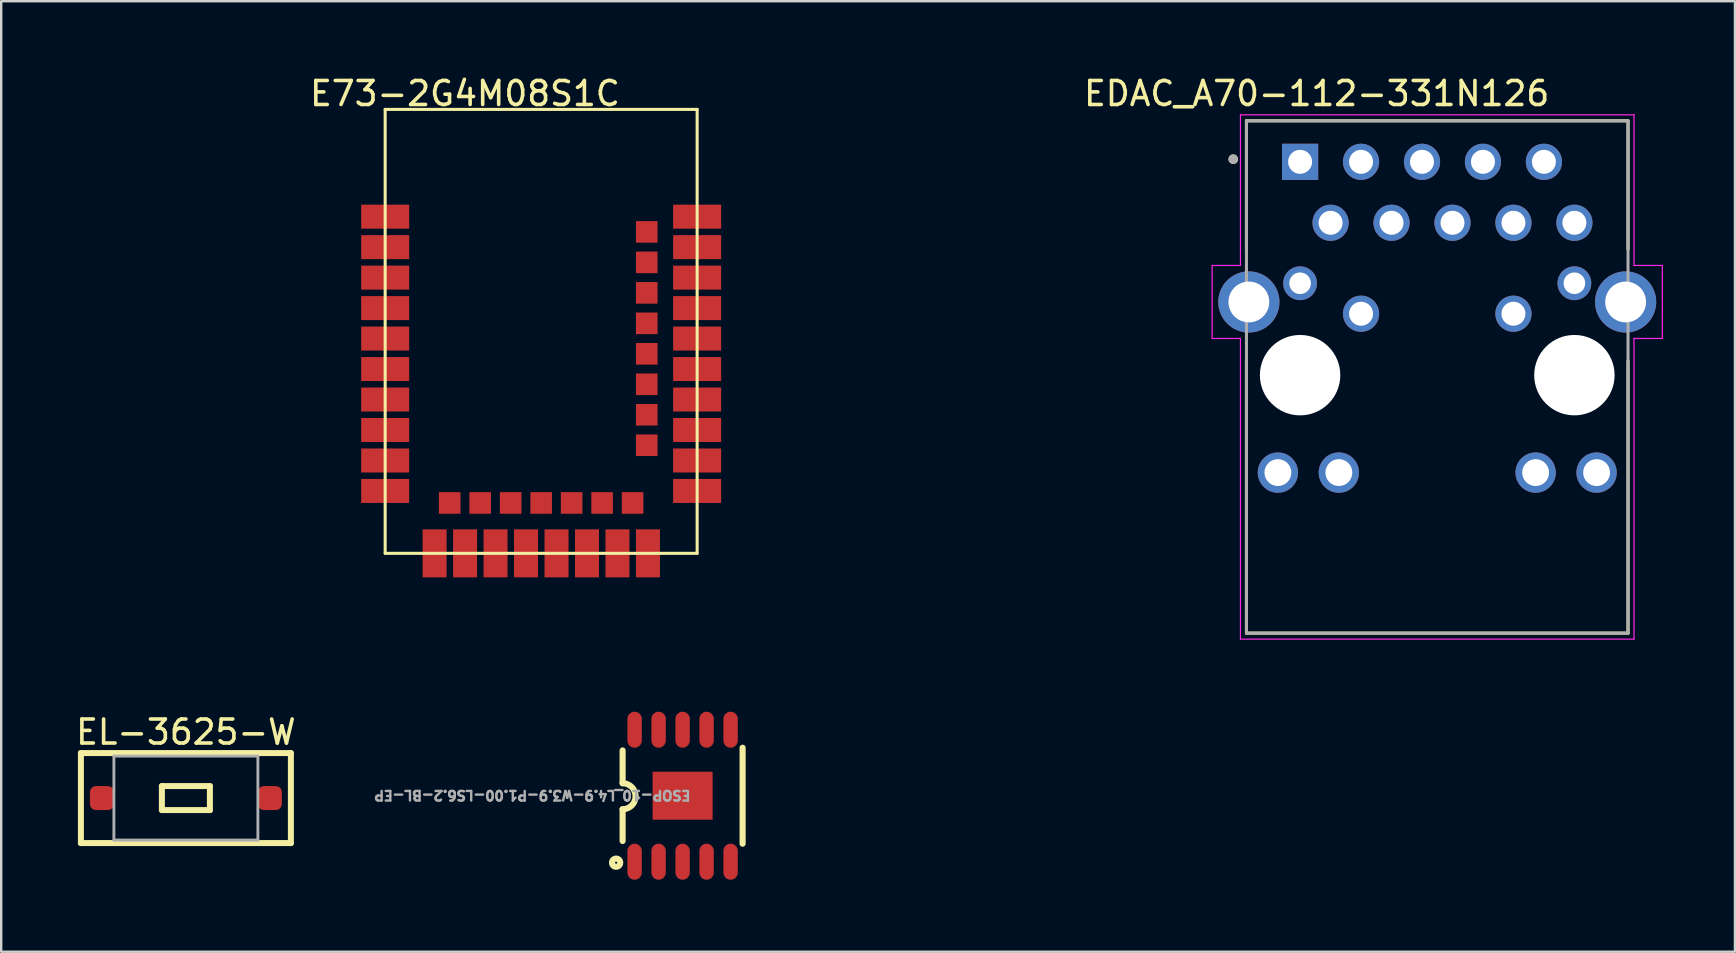
<source format=kicad_pcb>
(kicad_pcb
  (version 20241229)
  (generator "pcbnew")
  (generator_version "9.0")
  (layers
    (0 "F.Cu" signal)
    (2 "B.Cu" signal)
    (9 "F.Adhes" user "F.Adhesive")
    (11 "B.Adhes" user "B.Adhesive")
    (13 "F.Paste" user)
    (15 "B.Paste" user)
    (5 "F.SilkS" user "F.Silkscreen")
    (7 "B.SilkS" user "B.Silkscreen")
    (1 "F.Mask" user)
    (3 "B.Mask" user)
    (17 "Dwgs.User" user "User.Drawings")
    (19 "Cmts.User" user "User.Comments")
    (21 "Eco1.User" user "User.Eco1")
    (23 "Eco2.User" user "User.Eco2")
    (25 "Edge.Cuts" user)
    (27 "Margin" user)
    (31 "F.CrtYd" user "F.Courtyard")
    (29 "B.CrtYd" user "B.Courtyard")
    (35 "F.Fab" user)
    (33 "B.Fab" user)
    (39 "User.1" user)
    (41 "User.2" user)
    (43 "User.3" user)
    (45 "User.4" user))
  (footprint "E73-2G4M08S1C"
    (layer "F.Cu")
    (at 19.5 11.008)
    (property "Reference" "E73-2G4M08S1C" (at -3.175 -10.16 0) (layer "F.SilkS") (effects (font (size 1 1) (thickness 0.15))))
    (attr smd)
    (fp_line (start -6.5 -9.5) (end -6.5 9) (stroke (width 0.127) (type solid)) (layer "F.SilkS"))
    (fp_line (start -6.5 9) (end 6.5 9) (stroke (width 0.127) (type solid)) (layer "F.SilkS"))
    (fp_line (start 6.5 -9.5) (end -6.5 -9.5) (stroke (width 0.127) (type solid)) (layer "F.SilkS"))
    (fp_line (start 6.5 9) (end 6.5 -9.5) (stroke (width 0.127) (type solid)) (layer "F.SilkS"))
    (pad "1" smd rect (at -6.5 -5.03) (size 2 1) (layers "F.Cu" "F.Mask" "F.Paste"))
    (pad "2" smd rect (at -6.5 -3.76) (size 2 1) (layers "F.Cu" "F.Mask" "F.Paste"))
    (pad "3" smd rect (at -6.5 -2.49) (size 2 1) (layers "F.Cu" "F.Mask" "F.Paste"))
    (pad "4" smd rect (at -6.5 -1.22) (size 2 1) (layers "F.Cu" "F.Mask" "F.Paste"))
    (pad "5" smd rect (at -6.5 0.05) (size 2 1) (layers "F.Cu" "F.Mask" "F.Paste"))
    (pad "6" smd rect (at -6.5 1.32) (size 2 1) (layers "F.Cu" "F.Mask" "F.Paste"))
    (pad "7" smd rect (at -6.5 2.59) (size 2 1) (layers "F.Cu" "F.Mask" "F.Paste"))
    (pad "8" smd rect (at -6.5 3.86) (size 2 1) (layers "F.Cu" "F.Mask" "F.Paste"))
    (pad "9" smd rect (at -6.5 5.13) (size 2 1) (layers "F.Cu" "F.Mask" "F.Paste"))
    (pad "10" smd rect (at -6.5 6.4) (size 2 1) (layers "F.Cu" "F.Mask" "F.Paste"))
    (pad "11" smd rect (at -4.44 9) (size 1 2) (layers "F.Cu" "F.Mask" "F.Paste"))
    (pad "12" smd rect (at -3.81 6.9) (size 0.9 0.9) (layers "F.Cu" "F.Mask" "F.Paste"))
    (pad "13" smd rect (at -3.17 9) (size 1 2) (layers "F.Cu" "F.Mask" "F.Paste"))
    (pad "14" smd rect (at -2.54 6.9) (size 0.9 0.9) (layers "F.Cu" "F.Mask" "F.Paste"))
    (pad "15" smd rect (at -1.9 9) (size 1 2) (layers "F.Cu" "F.Mask" "F.Paste"))
    (pad "16" smd rect (at -1.27 6.9) (size 0.9 0.9) (layers "F.Cu" "F.Mask" "F.Paste"))
    (pad "17" smd rect (at -0.63 9) (size 1 2) (layers "F.Cu" "F.Mask" "F.Paste"))
    (pad "18" smd rect (at 0 6.9) (size 0.9 0.9) (layers "F.Cu" "F.Mask" "F.Paste"))
    (pad "19" smd rect (at 0.64 9) (size 1 2) (layers "F.Cu" "F.Mask" "F.Paste"))
    (pad "20" smd rect (at 1.27 6.9) (size 0.9 0.9) (layers "F.Cu" "F.Mask" "F.Paste"))
    (pad "21" smd rect (at 1.91 9) (size 1 2) (layers "F.Cu" "F.Mask" "F.Paste"))
    (pad "22" smd rect (at 2.54 6.9) (size 0.9 0.9) (layers "F.Cu" "F.Mask" "F.Paste"))
    (pad "23" smd rect (at 3.18 9) (size 1 2) (layers "F.Cu" "F.Mask" "F.Paste"))
    (pad "24" smd rect (at 3.81 6.9) (size 0.9 0.9) (layers "F.Cu" "F.Mask" "F.Paste"))
    (pad "25" smd rect (at 4.45 9) (size 1 2) (layers "F.Cu" "F.Mask" "F.Paste"))
    (pad "26" smd rect (at 6.5 6.4) (size 2 1) (layers "F.Cu" "F.Mask" "F.Paste"))
    (pad "27" smd rect (at 6.5 5.13) (size 2 1) (layers "F.Cu" "F.Mask" "F.Paste"))
    (pad "28" smd rect (at 4.4 4.495) (size 0.9 0.9) (layers "F.Cu" "F.Mask" "F.Paste"))
    (pad "29" smd rect (at 6.5 3.86) (size 2 1) (layers "F.Cu" "F.Mask" "F.Paste"))
    (pad "30" smd rect (at 4.4 3.225) (size 0.9 0.9) (layers "F.Cu" "F.Mask" "F.Paste"))
    (pad "31" smd rect (at 6.5 2.59) (size 2 1) (layers "F.Cu" "F.Mask" "F.Paste"))
    (pad "32" smd rect (at 4.4 1.955) (size 0.9 0.9) (layers "F.Cu" "F.Mask" "F.Paste"))
    (pad "33" smd rect (at 6.5 1.32) (size 2 1) (layers "F.Cu" "F.Mask" "F.Paste"))
    (pad "34" smd rect (at 4.4 0.685) (size 0.9 0.9) (layers "F.Cu" "F.Mask" "F.Paste"))
    (pad "35" smd rect (at 6.5 0.05) (size 2 1) (layers "F.Cu" "F.Mask" "F.Paste"))
    (pad "36" smd rect (at 4.4 -0.585) (size 0.9 0.9) (layers "F.Cu" "F.Mask" "F.Paste"))
    (pad "37" smd rect (at 6.5 -1.22) (size 2 1) (layers "F.Cu" "F.Mask" "F.Paste"))
    (pad "38" smd rect (at 4.4 -1.855) (size 0.9 0.9) (layers "F.Cu" "F.Mask" "F.Paste"))
    (pad "39" smd rect (at 6.5 -2.49) (size 2 1) (layers "F.Cu" "F.Mask" "F.Paste"))
    (pad "40" smd rect (at 4.4 -3.125) (size 0.9 0.9) (layers "F.Cu" "F.Mask" "F.Paste"))
    (pad "41" smd rect (at 6.5 -3.76) (size 2 1) (layers "F.Cu" "F.Mask" "F.Paste"))
    (pad "42" smd rect (at 4.4 -4.395) (size 0.9 0.9) (layers "F.Cu" "F.Mask" "F.Paste"))
    (pad "43" smd rect (at 6.5 -5.03) (size 2 1) (layers "F.Cu" "F.Mask" "F.Paste"))
    (zone (net_name "") (layers "F.Cu" "B.Cu") (hatch full 0.508) (connect_pads) (min_thickness 0.01) (filled_areas_thickness no) (keepout (tracks allowed) (vias not_allowed) (pads allowed) (copperpour allowed) (footprints allowed)) (placement (enabled no)) (fill) (polygon (pts (xy 0 1.508) (xy 39 1.508) (xy 39 5.008) (xy 0 5.008)))))
  (footprint "EL-3625-W"
    (layer "F.Cu")
    (at 4.696 30.206)
    (property "Reference" "EL-3625-W" (at 0 -2.75 0) (layer "F.SilkS") (effects (font (size 1 1) (thickness 0.15))))
    (attr through_hole)
    (fp_line (start -4.375 -1.875) (end 4.375 -1.875) (stroke (width 0.25) (type solid)) (layer "F.SilkS"))
    (fp_line (start -4.375 1.875) (end -4.375 -1.875) (stroke (width 0.25) (type solid)) (layer "F.SilkS"))
    (fp_line (start -1 -0.5) (end 1 -0.5) (stroke (width 0.25) (type solid)) (layer "F.SilkS"))
    (fp_line (start -1 0.5) (end -1 -0.5) (stroke (width 0.25) (type solid)) (layer "F.SilkS"))
    (fp_line (start 1 -0.5) (end 1 0.5) (stroke (width 0.25) (type solid)) (layer "F.SilkS"))
    (fp_line (start 1 0.5) (end -1 0.5) (stroke (width 0.25) (type solid)) (layer "F.SilkS"))
    (fp_line (start 4.375 -1.875) (end 4.375 1.875) (stroke (width 0.25) (type solid)) (layer "F.SilkS"))
    (fp_line (start 4.375 1.875) (end -4.375 1.875) (stroke (width 0.25) (type solid)) (layer "F.SilkS"))
    (fp_line (start -3 -1.75) (end 3 -1.75) (stroke (width 0.12) (type solid)) (layer "F.Fab"))
    (fp_line (start -3 1.75) (end -3 -1.75) (stroke (width 0.12) (type solid)) (layer "F.Fab"))
    (fp_line (start 3 -1.75) (end 3 1.75) (stroke (width 0.12) (type solid)) (layer "F.Fab"))
    (fp_line (start 3 1.75) (end -3 1.75) (stroke (width 0.12) (type solid)) (layer "F.Fab"))
    (pad "1" smd roundrect (at -3.5 0) (size 1 1) (layers "F.Cu" "F.Mask" "F.Paste") (roundrect_rratio 0.25))
    (pad "2" smd roundrect (at 3.5 0) (size 1 1) (layers "F.Cu" "F.Mask" "F.Paste") (roundrect_rratio 0.25)))
  (footprint "EDAC_A70-112-331N126"
    (layer "F.Cu")
    (at 56.84 12.583)
    (property "Reference" "EDAC_A70-112-331N126" (at -5.025 -11.735 0) (layer "F.SilkS") (effects (font (size 1 1) (thickness 0.15))))
    (attr through_hole)
    (fp_line (start -7.95 -5.25) (end -7.95 -10.6) (stroke (width 0.127) (type solid)) (layer "F.SilkS"))
    (fp_line (start -7.95 10.75) (end -7.95 -0.6) (stroke (width 0.127) (type solid)) (layer "F.SilkS"))
    (fp_line (start -7.95 10.75) (end 7.95 10.75) (stroke (width 0.127) (type solid)) (layer "F.SilkS"))
    (fp_line (start 7.95 -10.6) (end -7.95 -10.6) (stroke (width 0.127) (type solid)) (layer "F.SilkS"))
    (fp_line (start 7.95 -5.25) (end 7.95 -10.6) (stroke (width 0.127) (type solid)) (layer "F.SilkS"))
    (fp_line (start 7.95 10.75) (end 7.95 -0.6) (stroke (width 0.127) (type solid)) (layer "F.SilkS"))
    (fp_circle (center -8.5 -9) (end -8.4 -9) (stroke (width 0.2) (type solid)) (fill no) (layer "F.SilkS"))
    (fp_line (start -9.38 -4.57) (end -9.38 -1.53) (stroke (width 0.05) (type solid)) (layer "F.CrtYd"))
    (fp_line (start -9.38 -1.53) (end -8.2 -1.53) (stroke (width 0.05) (type solid)) (layer "F.CrtYd"))
    (fp_line (start -8.2 -10.85) (end -8.2 -4.57) (stroke (width 0.05) (type solid)) (layer "F.CrtYd"))
    (fp_line (start -8.2 -10.85) (end 8.2 -10.85) (stroke (width 0.05) (type solid)) (layer "F.CrtYd"))
    (fp_line (start -8.2 -4.57) (end -9.38 -4.57) (stroke (width 0.05) (type solid)) (layer "F.CrtYd"))
    (fp_line (start -8.2 -1.53) (end -8.2 11) (stroke (width 0.05) (type solid)) (layer "F.CrtYd"))
    (fp_line (start 8.2 -4.57) (end 8.2 -10.85) (stroke (width 0.05) (type solid)) (layer "F.CrtYd"))
    (fp_line (start 8.2 -1.53) (end 9.38 -1.53) (stroke (width 0.05) (type solid)) (layer "F.CrtYd"))
    (fp_line (start 8.2 11) (end -8.2 11) (stroke (width 0.05) (type solid)) (layer "F.CrtYd"))
    (fp_line (start 8.2 11) (end 8.2 -1.53) (stroke (width 0.05) (type solid)) (layer "F.CrtYd"))
    (fp_line (start 9.38 -4.57) (end 8.2 -4.57) (stroke (width 0.05) (type solid)) (layer "F.CrtYd"))
    (fp_line (start 9.38 -1.53) (end 9.38 -4.57) (stroke (width 0.05) (type solid)) (layer "F.CrtYd"))
    (fp_line (start -7.95 -10.6) (end 7.95 -10.6) (stroke (width 0.127) (type solid)) (layer "F.Fab"))
    (fp_line (start -7.95 10.75) (end -7.95 -10.6) (stroke (width 0.127) (type solid)) (layer "F.Fab"))
    (fp_line (start 7.95 -10.6) (end 7.95 10.75) (stroke (width 0.127) (type solid)) (layer "F.Fab"))
    (fp_line (start 7.95 10.75) (end -7.95 10.75) (stroke (width 0.127) (type solid)) (layer "F.Fab"))
    (fp_circle (center -8.5 -9) (end -8.4 -9) (stroke (width 0.2) (type solid)) (fill no) (layer "F.Fab"))
    (pad "" np_thru_hole circle (at -5.715 0) (size 3.35 3.35) (drill 3.35) (layers "*.Cu" "*.Mask"))
    (pad "" np_thru_hole circle (at 5.715 0) (size 3.35 3.35) (drill 3.35) (layers "*.Cu" "*.Mask"))
    (pad "1" thru_hole rect (at -5.715 -8.89) (size 1.508 1.508) (drill 1) (layers "*.Cu" "*.Mask"))
    (pad "2" thru_hole circle (at -4.445 -6.35) (size 1.508 1.508) (drill 1) (layers "*.Cu" "*.Mask"))
    (pad "3" thru_hole circle (at -3.175 -8.89) (size 1.508 1.508) (drill 1) (layers "*.Cu" "*.Mask"))
    (pad "4" thru_hole circle (at -1.905 -6.35) (size 1.508 1.508) (drill 1) (layers "*.Cu" "*.Mask"))
    (pad "5" thru_hole circle (at -0.635 -8.89) (size 1.508 1.508) (drill 1) (layers "*.Cu" "*.Mask"))
    (pad "6" thru_hole circle (at 0.635 -6.35) (size 1.508 1.508) (drill 1) (layers "*.Cu" "*.Mask"))
    (pad "7" thru_hole circle (at 1.905 -8.89) (size 1.508 1.508) (drill 1) (layers "*.Cu" "*.Mask"))
    (pad "8" thru_hole circle (at 3.175 -6.35) (size 1.508 1.508) (drill 1) (layers "*.Cu" "*.Mask"))
    (pad "9" thru_hole circle (at 4.445 -8.89) (size 1.508 1.508) (drill 1) (layers "*.Cu" "*.Mask"))
    (pad "10" thru_hole circle (at 5.715 -6.35) (size 1.508 1.508) (drill 1) (layers "*.Cu" "*.Mask"))
    (pad "11" thru_hole circle (at -5.715 -3.83) (size 1.408 1.408) (drill 0.9) (layers "*.Cu" "*.Mask"))
    (pad "12" thru_hole circle (at -3.175 -2.56) (size 1.508 1.508) (drill 1) (layers "*.Cu" "*.Mask"))
    (pad "13" thru_hole circle (at 3.175 -2.56) (size 1.508 1.508) (drill 1) (layers "*.Cu" "*.Mask"))
    (pad "14" thru_hole circle (at 5.715 -3.83) (size 1.408 1.408) (drill 0.9) (layers "*.Cu" "*.Mask"))
    (pad "15" thru_hole circle (at -6.64 4.06) (size 1.68 1.68) (drill 1.12) (layers "*.Cu" "*.Mask"))
    (pad "16" thru_hole circle (at -4.1 4.06) (size 1.68 1.68) (drill 1.12) (layers "*.Cu" "*.Mask"))
    (pad "17" thru_hole circle (at 4.1 4.06) (size 1.68 1.68) (drill 1.12) (layers "*.Cu" "*.Mask"))
    (pad "18" thru_hole circle (at 6.64 4.06) (size 1.68 1.68) (drill 1.12) (layers "*.Cu" "*.Mask"))
    (pad "S1" thru_hole circle (at -7.85 -3.05) (size 2.55 2.55) (drill 1.7) (layers "*.Cu" "*.Mask"))
    (pad "S2" thru_hole circle (at 7.85 -3.05) (size 2.55 2.55) (drill 1.7) (layers "*.Cu" "*.Mask"))
    (zone (net_name "") (layer "F.Cu") (hatch full 0.508) (connect_pads) (min_thickness 0.01) (filled_areas_thickness no) (keepout (tracks not_allowed) (vias not_allowed) (pads not_allowed) (copperpour not_allowed) (footprints allowed)) (placement (enabled no)) (fill) (polygon (pts (xy 48.99 10.583) (xy 49.965 10.583) (xy 49.965 12.583) (xy 48.99 12.583))))
    (zone (net_name "") (layer "F.Cu") (hatch full 0.508) (connect_pads) (min_thickness 0.01) (filled_areas_thickness no) (keepout (tracks not_allowed) (vias not_allowed) (pads not_allowed) (copperpour not_allowed) (footprints allowed)) (placement (enabled no)) (fill) (polygon (pts (xy 49.835 20.633) (xy 63.845 20.633) (xy 63.845 23.333) (xy 49.835 23.333))))
    (zone (net_name "") (layer "F.Cu") (hatch full 0.508) (connect_pads) (min_thickness 0.01) (filled_areas_thickness no) (keepout (tracks not_allowed) (vias not_allowed) (pads not_allowed) (copperpour not_allowed) (footprints allowed)) (placement (enabled no)) (fill) (polygon (pts (xy 63.715 10.583) (xy 64.69 10.583) (xy 64.69 12.583) (xy 63.715 12.583))))
    (zone (net_name "") (layers "F.Cu" "B.Cu") (hatch full 0.508) (connect_pads) (min_thickness 0.01) (filled_areas_thickness no) (keepout (tracks allowed) (vias not_allowed) (pads allowed) (copperpour allowed) (footprints allowed)) (placement (enabled no)) (fill) (polygon (pts (xy 48.99 10.583) (xy 49.965 10.583) (xy 49.965 12.583) (xy 48.99 12.583))))
    (zone (net_name "") (layers "F.Cu" "B.Cu") (hatch full 0.508) (connect_pads) (min_thickness 0.01) (filled_areas_thickness no) (keepout (tracks allowed) (vias not_allowed) (pads allowed) (copperpour allowed) (footprints allowed)) (placement (enabled no)) (fill) (polygon (pts (xy 49.835 20.633) (xy 63.845 20.633) (xy 63.845 23.333) (xy 49.835 23.333))))
    (zone (net_name "") (layers "F.Cu" "B.Cu") (hatch full 0.508) (connect_pads) (min_thickness 0.01) (filled_areas_thickness no) (keepout (tracks allowed) (vias not_allowed) (pads allowed) (copperpour allowed) (footprints allowed)) (placement (enabled no)) (fill) (polygon (pts (xy 63.715 10.583) (xy 64.69 10.583) (xy 64.69 12.583) (xy 63.715 12.583)))))
  (footprint "ESOP-10_L4.9-W3.9-P1.00-LS6.2-BL-EP"
    (layer "F.Cu")
    (at 25.394 30.108)
    (property "Reference" "ESOP-10_L4.9-W3.9-P1.00-LS6.2-BL-EP" (at 0.381 -0.254 180) (unlocked yes) (layer "F.Fab") (effects (font (size 0.4 0.4) (thickness 0.1)) (justify left bottom)))
    (fp_line (start -2.5 -0.52) (end -2.5 -1.887) (stroke (width 0.254) (type default)) (layer "F.SilkS"))
    (fp_line (start -2.5 1.887) (end -2.5 0.564) (stroke (width 0.254) (type default)) (layer "F.SilkS"))
    (fp_line (start 2.5 -2) (end 2.5 2) (stroke (width 0.254) (type default)) (layer "F.SilkS"))
    (fp_arc (start -2.5 -0.52) (mid -1.962386 0.021699) (end -2.5004 0.563) (stroke (width 0.254) (type default)) (layer "F.SilkS"))
    (fp_circle (center -2.77 2.79) (end -2.941 2.79) (stroke (width 0.254) (type default)) (fill no) (layer "F.SilkS"))
    (pad "1" smd oval (at -2 2.75) (size 0.6 1.5) (layers "F.Cu" "F.Mask" "F.Paste"))
    (pad "2" smd oval (at -1 2.75) (size 0.6 1.5) (layers "F.Cu" "F.Mask" "F.Paste"))
    (pad "3" smd oval (at 0 2.75) (size 0.6 1.5) (layers "F.Cu" "F.Mask" "F.Paste"))
    (pad "4" smd oval (at 1 2.75) (size 0.6 1.5) (layers "F.Cu" "F.Mask" "F.Paste"))
    (pad "5" smd oval (at 2 2.75) (size 0.6 1.5) (layers "F.Cu" "F.Mask" "F.Paste"))
    (pad "6" smd oval (at 2 -2.75) (size 0.6 1.5) (layers "F.Cu" "F.Mask" "F.Paste"))
    (pad "7" smd oval (at 1 -2.75) (size 0.6 1.5) (layers "F.Cu" "F.Mask" "F.Paste"))
    (pad "8" smd oval (at 0 -2.75) (size 0.6 1.5) (layers "F.Cu" "F.Mask" "F.Paste"))
    (pad "9" smd oval (at -1 -2.75) (size 0.6 1.5) (layers "F.Cu" "F.Mask" "F.Paste"))
    (pad "10" smd oval (at -2 -2.75) (size 0.6 1.5) (layers "F.Cu" "F.Mask" "F.Paste"))
    (pad "11" smd rect (at 0 0 180) (size 2.5 2) (layers "F.Cu" "F.Mask" "F.Paste")))
  (gr_rect
    (start -3 -3)
    (end 69.245 36.608)
    (stroke (width 0.1) (type default))
    (fill no)
    (layer "Edge.Cuts")))
</source>
